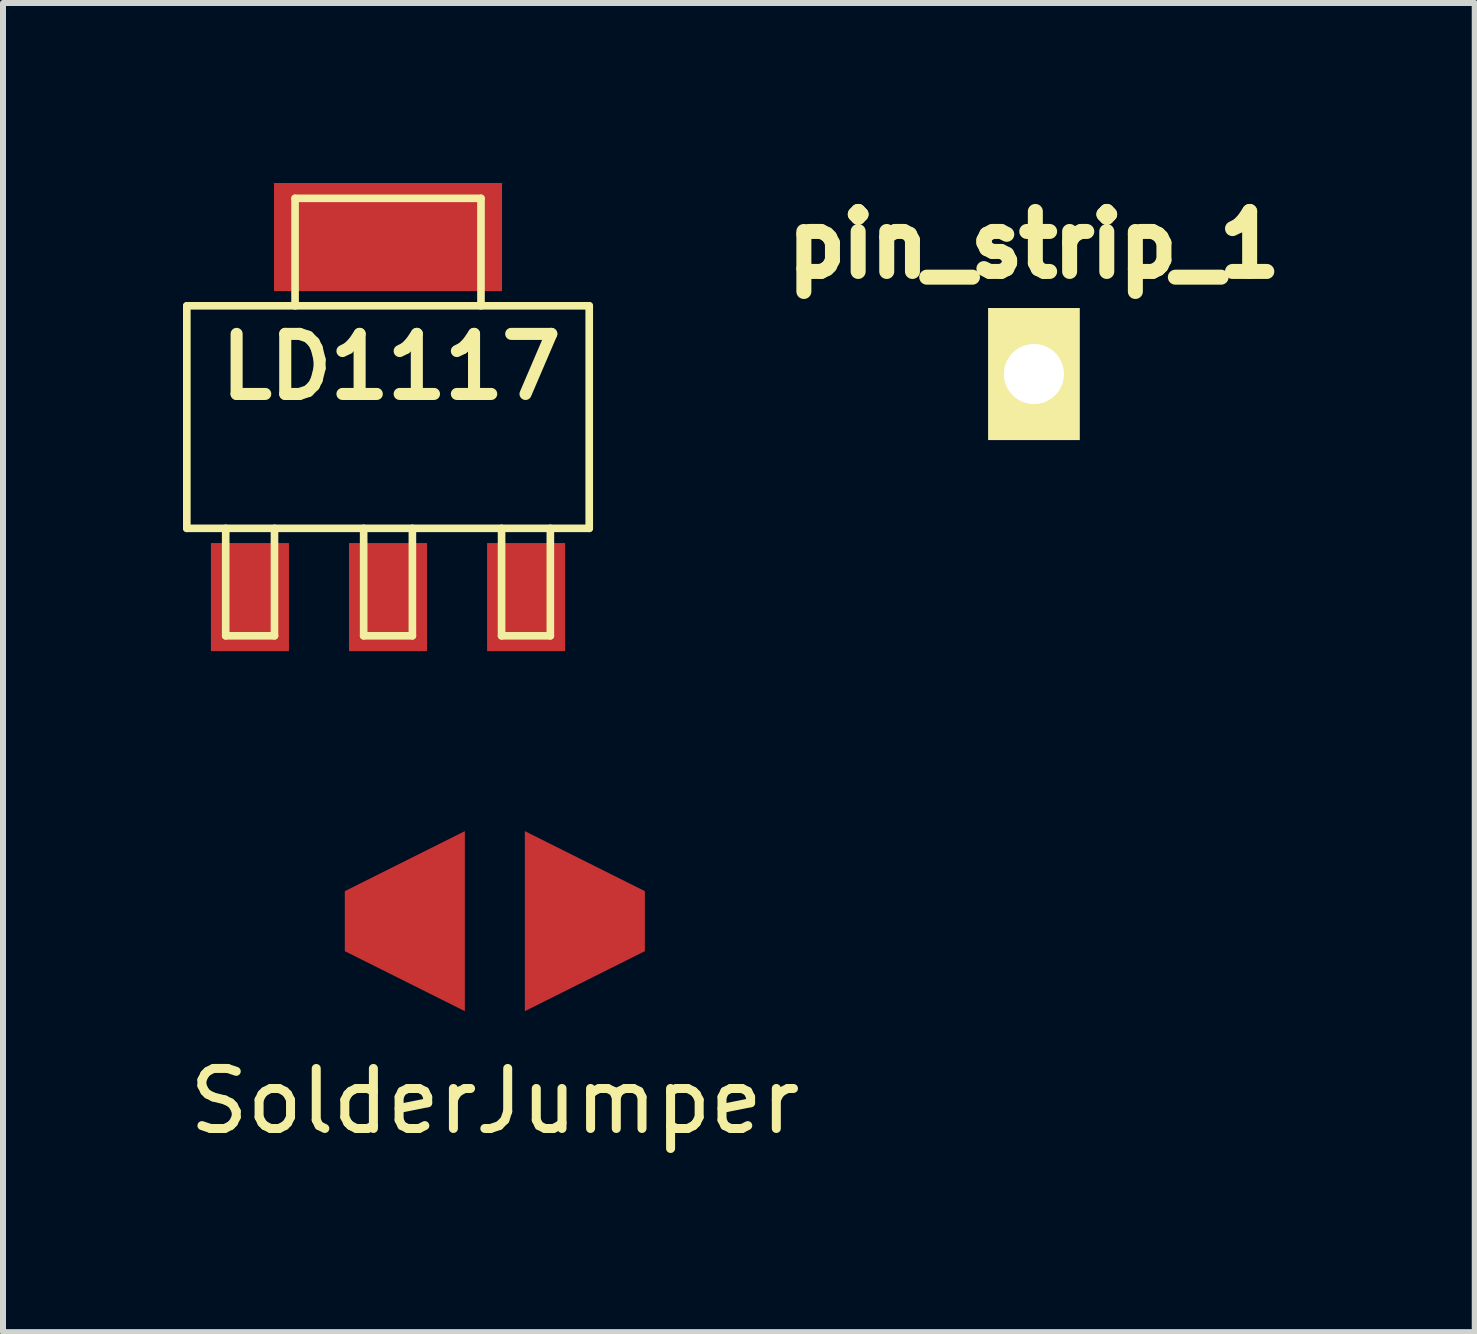
<source format=kicad_pcb>
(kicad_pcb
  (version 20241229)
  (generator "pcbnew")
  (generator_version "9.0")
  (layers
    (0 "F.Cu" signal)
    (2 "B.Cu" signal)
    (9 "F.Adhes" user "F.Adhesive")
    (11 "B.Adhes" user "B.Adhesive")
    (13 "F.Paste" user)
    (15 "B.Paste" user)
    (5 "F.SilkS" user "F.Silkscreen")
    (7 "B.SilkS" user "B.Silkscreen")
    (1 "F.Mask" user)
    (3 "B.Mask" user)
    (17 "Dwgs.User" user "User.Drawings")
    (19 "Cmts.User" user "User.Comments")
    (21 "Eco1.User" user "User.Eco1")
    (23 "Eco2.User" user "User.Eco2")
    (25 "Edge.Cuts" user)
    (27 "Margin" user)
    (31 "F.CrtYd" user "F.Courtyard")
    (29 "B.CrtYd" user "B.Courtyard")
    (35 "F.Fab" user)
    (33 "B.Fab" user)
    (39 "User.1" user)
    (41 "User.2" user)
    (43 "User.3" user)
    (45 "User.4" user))
  (footprint "LD1117"
    (layer "F.Cu")
    (at 3.416 3.9)
    (property "Reference" "LD1117" (at 0.051 -0.838 0) (layer "F.SilkS") (effects (font (size 1.001 1.001) (thickness 0.201))))
    (attr through_hole)
    (fp_line (start -3.353 -1.854) (end 3.353 -1.854) (stroke (width 0.127) (type solid)) (layer "F.SilkS"))
    (fp_line (start -3.353 1.854) (end -3.353 -1.854) (stroke (width 0.127) (type solid)) (layer "F.SilkS"))
    (fp_line (start -2.705 3.645) (end -2.705 1.854) (stroke (width 0.127) (type solid)) (layer "F.SilkS"))
    (fp_line (start -2.705 3.645) (end -1.892 3.645) (stroke (width 0.127) (type solid)) (layer "F.SilkS"))
    (fp_line (start -1.892 3.645) (end -1.892 1.854) (stroke (width 0.127) (type solid)) (layer "F.SilkS"))
    (fp_line (start -1.549 -3.645) (end -1.549 -1.854) (stroke (width 0.127) (type solid)) (layer "F.SilkS"))
    (fp_line (start -1.549 -3.645) (end 1.549 -3.645) (stroke (width 0.127) (type solid)) (layer "F.SilkS"))
    (fp_line (start -0.406 3.645) (end -0.406 1.854) (stroke (width 0.127) (type solid)) (layer "F.SilkS"))
    (fp_line (start -0.406 3.645) (end 0.406 3.645) (stroke (width 0.127) (type solid)) (layer "F.SilkS"))
    (fp_line (start 0.406 3.645) (end 0.406 1.854) (stroke (width 0.127) (type solid)) (layer "F.SilkS"))
    (fp_line (start 1.549 -3.645) (end 1.549 -1.854) (stroke (width 0.127) (type solid)) (layer "F.SilkS"))
    (fp_line (start 1.892 3.645) (end 1.892 1.854) (stroke (width 0.127) (type solid)) (layer "F.SilkS"))
    (fp_line (start 1.892 3.645) (end 2.705 3.645) (stroke (width 0.127) (type solid)) (layer "F.SilkS"))
    (fp_line (start 2.705 3.645) (end 2.705 1.854) (stroke (width 0.127) (type solid)) (layer "F.SilkS"))
    (fp_line (start 3.353 -1.854) (end 3.353 1.854) (stroke (width 0.127) (type solid)) (layer "F.SilkS"))
    (fp_line (start 3.353 1.854) (end -3.353 1.854) (stroke (width 0.127) (type solid)) (layer "F.SilkS"))
    (pad "1" smd rect (at -2.301 3) (size 1.3 1.801) (layers "F.Cu" "F.Mask" "F.Paste"))
    (pad "2" smd rect (at 0 -3) (size 3.8 1.801) (layers "F.Cu" "F.Mask" "F.Paste"))
    (pad "2" smd rect (at 0 3) (size 1.3 1.801) (layers "F.Cu" "F.Mask" "F.Paste"))
    (pad "3" smd rect (at 2.301 3) (size 1.3 1.801) (layers "F.Cu" "F.Mask" "F.Paste")))
  (footprint "SolderJumper"
    (layer "F.Cu")
    (at 5.196 12.3)
    (property "Reference" "SolderJumper" (at 0 3 0) (layer "F.SilkS") (effects (font (size 1 1) (thickness 0.15))))
    (attr through_hole)
    (pad "1" smd trapezoid (at -1.5 0) (size 2 2) (rect_delta -1 0) (layers "F.Cu" "F.Mask" "F.Paste"))
    (pad "2" smd trapezoid (at 1.5 0) (size 2 2) (rect_delta 1 0) (layers "F.Cu" "F.Mask" "F.Paste")))
  (footprint "pin_strip_1"
    (layer "F.Cu")
    (at 14.179 3.183)
    (property "Reference" "pin_strip_1" (at 0 -2.159 0) (layer "F.SilkS") (effects (font (size 1 1) (thickness 0.25))))
    (attr through_hole)
    (pad "1" thru_hole rect (at 0 0) (size 1.524 2.2) (drill 1.001) (layers "*.Cu" "*.Mask" "F.SilkS")))
  (gr_rect
    (start -3 -3)
    (end 21.525 19.149)
    (stroke (width 0.1) (type default))
    (fill no)
    (layer "Edge.Cuts")))
</source>
